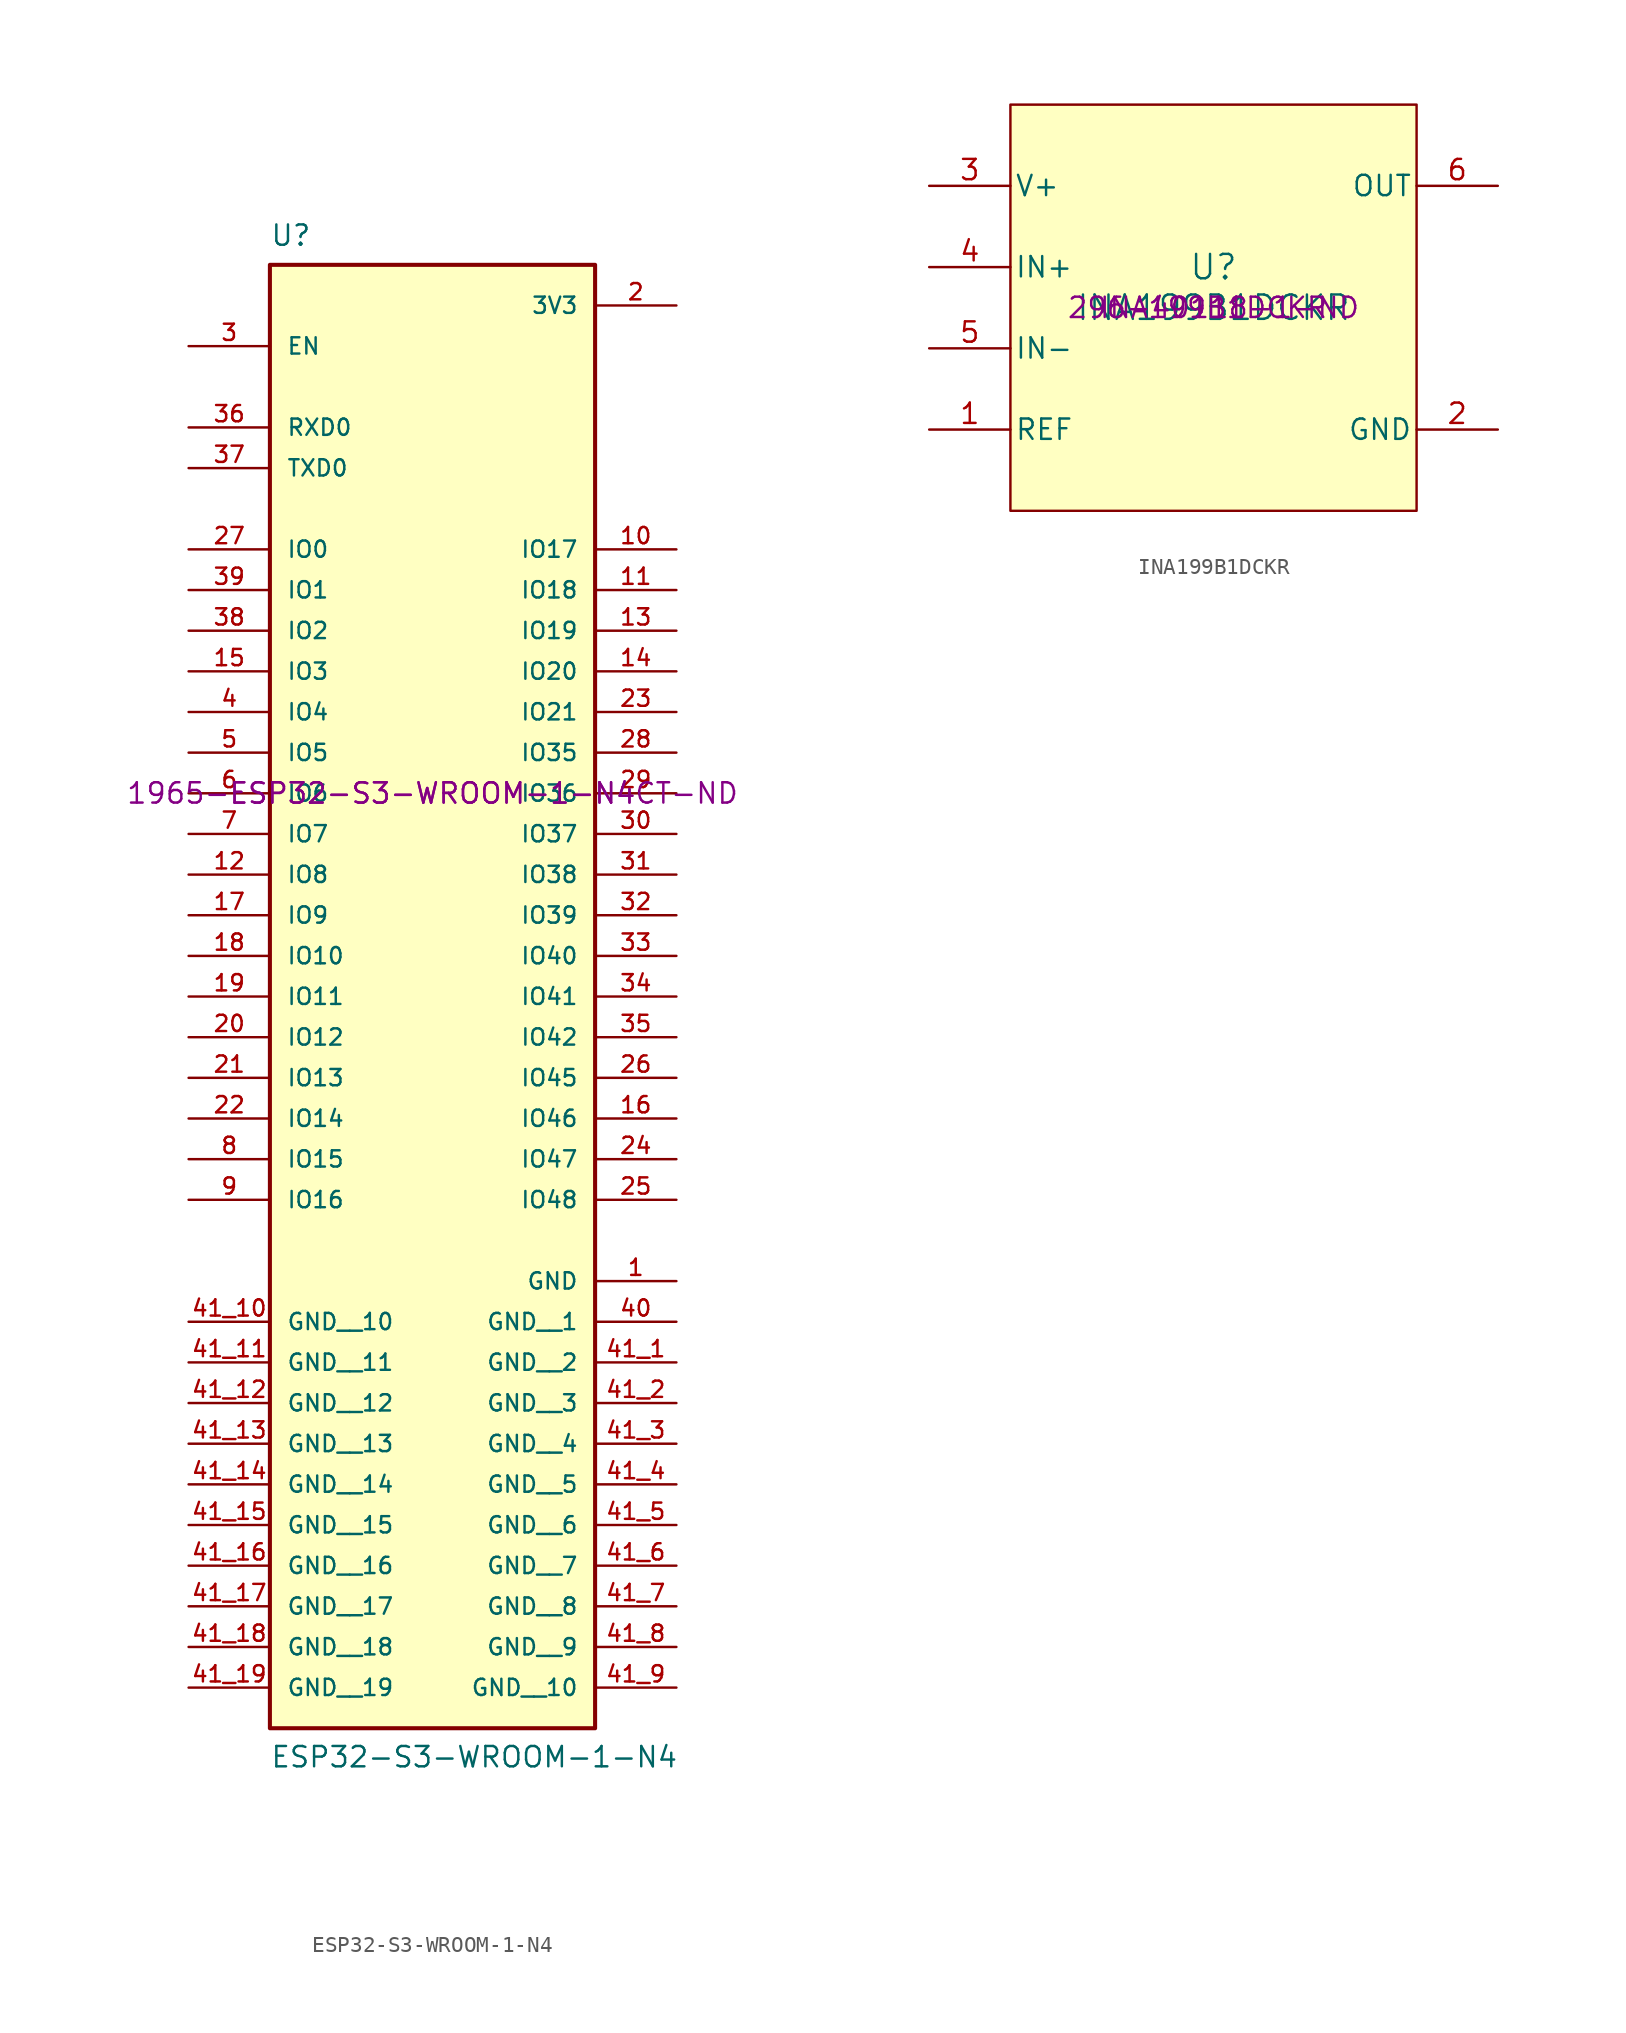
<source format=kicad_sym>
(kicad_symbol_lib
  (version 20220914)
  (generator kicad_symbol_editor)
  (symbol "ESP32-S3-WROOM-1-N4"
    (pin_names
      (offset 1.016))
    (property "Reference" "U"
      (at -10.16 34.112 0)
      (effects (font (size 1.27 1.27)) (justify left bottom)))
    (property "Value" "ESP32-S3-WROOM-1-N4"
      (at -10.16 -60.96 0)
      (effects (font (size 1.27 1.27)) (justify left bottom)))
    (property "MPN" "ESP32-S3-WROOM-1-N4"
      (at 0 0 0)
      (effects (font (size 1.27 1.27))))
    (property "Digikey PN" "1965-ESP32-S3-WROOM-1-N4CT-ND"
      (at 0 0 0)
      (effects (font (size 1.27 1.27))))
    (symbol "ESP32-S3-WROOM-1-N4_0_0"
      (rectangle (start -10.16 -58.42) (end 10.16 33.02) (stroke (width 0.254) (type default)) (fill (type background)))
      (pin power_in line (at 15.24 -30.48 180) (length 5.08) (name "GND" (effects (font (size 1.016 1.016)))) (number "1" (effects (font (size 1.016 1.016)))))
      (pin bidirectional line (at 15.24 15.24 180) (length 5.08) (name "IO17" (effects (font (size 1.016 1.016)))) (number "10" (effects (font (size 1.016 1.016)))))
      (pin bidirectional line (at 15.24 12.7 180) (length 5.08) (name "IO18" (effects (font (size 1.016 1.016)))) (number "11" (effects (font (size 1.016 1.016)))))
      (pin bidirectional line (at -15.24 -5.08 0) (length 5.08) (name "IO8" (effects (font (size 1.016 1.016)))) (number "12" (effects (font (size 1.016 1.016)))))
      (pin bidirectional line (at 15.24 10.16 180) (length 5.08) (name "IO19" (effects (font (size 1.016 1.016)))) (number "13" (effects (font (size 1.016 1.016)))))
      (pin bidirectional line (at 15.24 7.62 180) (length 5.08) (name "IO20" (effects (font (size 1.016 1.016)))) (number "14" (effects (font (size 1.016 1.016)))))
      (pin bidirectional line (at -15.24 7.62 0) (length 5.08) (name "IO3" (effects (font (size 1.016 1.016)))) (number "15" (effects (font (size 1.016 1.016)))))
      (pin bidirectional line (at 15.24 -20.32 180) (length 5.08) (name "IO46" (effects (font (size 1.016 1.016)))) (number "16" (effects (font (size 1.016 1.016)))))
      (pin bidirectional line (at -15.24 -7.62 0) (length 5.08) (name "IO9" (effects (font (size 1.016 1.016)))) (number "17" (effects (font (size 1.016 1.016)))))
      (pin bidirectional line (at -15.24 -10.16 0) (length 5.08) (name "IO10" (effects (font (size 1.016 1.016)))) (number "18" (effects (font (size 1.016 1.016)))))
      (pin bidirectional line (at -15.24 -12.7 0) (length 5.08) (name "IO11" (effects (font (size 1.016 1.016)))) (number "19" (effects (font (size 1.016 1.016)))))
      (pin power_in line (at 15.24 30.48 180) (length 5.08) (name "3V3" (effects (font (size 1.016 1.016)))) (number "2" (effects (font (size 1.016 1.016)))))
      (pin bidirectional line (at -15.24 -15.24 0) (length 5.08) (name "IO12" (effects (font (size 1.016 1.016)))) (number "20" (effects (font (size 1.016 1.016)))))
      (pin bidirectional line (at -15.24 -17.78 0) (length 5.08) (name "IO13" (effects (font (size 1.016 1.016)))) (number "21" (effects (font (size 1.016 1.016)))))
      (pin bidirectional line (at -15.24 -20.32 0) (length 5.08) (name "IO14" (effects (font (size 1.016 1.016)))) (number "22" (effects (font (size 1.016 1.016)))))
      (pin bidirectional line (at 15.24 5.08 180) (length 5.08) (name "IO21" (effects (font (size 1.016 1.016)))) (number "23" (effects (font (size 1.016 1.016)))))
      (pin bidirectional line (at 15.24 -22.86 180) (length 5.08) (name "IO47" (effects (font (size 1.016 1.016)))) (number "24" (effects (font (size 1.016 1.016)))))
      (pin bidirectional line (at 15.24 -25.4 180) (length 5.08) (name "IO48" (effects (font (size 1.016 1.016)))) (number "25" (effects (font (size 1.016 1.016)))))
      (pin bidirectional line (at 15.24 -17.78 180) (length 5.08) (name "IO45" (effects (font (size 1.016 1.016)))) (number "26" (effects (font (size 1.016 1.016)))))
      (pin bidirectional line (at -15.24 15.24 0) (length 5.08) (name "IO0" (effects (font (size 1.016 1.016)))) (number "27" (effects (font (size 1.016 1.016)))))
      (pin bidirectional line (at 15.24 2.54 180) (length 5.08) (name "IO35" (effects (font (size 1.016 1.016)))) (number "28" (effects (font (size 1.016 1.016)))))
      (pin bidirectional line (at 15.24 0 180) (length 5.08) (name "IO36" (effects (font (size 1.016 1.016)))) (number "29" (effects (font (size 1.016 1.016)))))
      (pin input line (at -15.24 27.94 0) (length 5.08) (name "EN" (effects (font (size 1.016 1.016)))) (number "3" (effects (font (size 1.016 1.016)))))
      (pin bidirectional line (at 15.24 -2.54 180) (length 5.08) (name "IO37" (effects (font (size 1.016 1.016)))) (number "30" (effects (font (size 1.016 1.016)))))
      (pin bidirectional line (at 15.24 -5.08 180) (length 5.08) (name "IO38" (effects (font (size 1.016 1.016)))) (number "31" (effects (font (size 1.016 1.016)))))
      (pin bidirectional line (at 15.24 -7.62 180) (length 5.08) (name "IO39" (effects (font (size 1.016 1.016)))) (number "32" (effects (font (size 1.016 1.016)))))
      (pin bidirectional line (at 15.24 -10.16 180) (length 5.08) (name "IO40" (effects (font (size 1.016 1.016)))) (number "33" (effects (font (size 1.016 1.016)))))
      (pin bidirectional line (at 15.24 -12.7 180) (length 5.08) (name "IO41" (effects (font (size 1.016 1.016)))) (number "34" (effects (font (size 1.016 1.016)))))
      (pin bidirectional line (at 15.24 -15.24 180) (length 5.08) (name "IO42" (effects (font (size 1.016 1.016)))) (number "35" (effects (font (size 1.016 1.016)))))
      (pin bidirectional line (at -15.24 22.86 0) (length 5.08) (name "RXD0" (effects (font (size 1.016 1.016)))) (number "36" (effects (font (size 1.016 1.016)))))
      (pin bidirectional line (at -15.24 20.32 0) (length 5.08) (name "TXD0" (effects (font (size 1.016 1.016)))) (number "37" (effects (font (size 1.016 1.016)))))
      (pin bidirectional line (at -15.24 10.16 0) (length 5.08) (name "IO2" (effects (font (size 1.016 1.016)))) (number "38" (effects (font (size 1.016 1.016)))))
      (pin bidirectional line (at -15.24 12.7 0) (length 5.08) (name "IO1" (effects (font (size 1.016 1.016)))) (number "39" (effects (font (size 1.016 1.016)))))
      (pin bidirectional line (at -15.24 5.08 0) (length 5.08) (name "IO4" (effects (font (size 1.016 1.016)))) (number "4" (effects (font (size 1.016 1.016)))))
      (pin power_in line (at 15.24 -33.02 180) (length 5.08) (name "GND__1" (effects (font (size 1.016 1.016)))) (number "40" (effects (font (size 1.016 1.016)))))
      (pin power_in line (at 15.24 -35.56 180) (length 5.08) (name "GND__2" (effects (font (size 1.016 1.016)))) (number "41_1" (effects (font (size 1.016 1.016)))))
      (pin power_in line (at 15.24 -38.1 180) (length 5.08) (name "GND__3" (effects (font (size 1.016 1.016)))) (number "41_2" (effects (font (size 1.016 1.016)))))
      (pin power_in line (at 15.24 -40.64 180) (length 5.08) (name "GND__4" (effects (font (size 1.016 1.016)))) (number "41_3" (effects (font (size 1.016 1.016)))))
      (pin power_in line (at 15.24 -43.18 180) (length 5.08) (name "GND__5" (effects (font (size 1.016 1.016)))) (number "41_4" (effects (font (size 1.016 1.016)))))
      (pin power_in line (at 15.24 -45.72 180) (length 5.08) (name "GND__6" (effects (font (size 1.016 1.016)))) (number "41_5" (effects (font (size 1.016 1.016)))))
      (pin power_in line (at 15.24 -48.26 180) (length 5.08) (name "GND__7" (effects (font (size 1.016 1.016)))) (number "41_6" (effects (font (size 1.016 1.016)))))
      (pin power_in line (at 15.24 -50.8 180) (length 5.08) (name "GND__8" (effects (font (size 1.016 1.016)))) (number "41_7" (effects (font (size 1.016 1.016)))))
      (pin power_in line (at 15.24 -53.34 180) (length 5.08) (name "GND__9" (effects (font (size 1.016 1.016)))) (number "41_8" (effects (font (size 1.016 1.016)))))
      (pin power_in line (at 15.24 -55.88 180) (length 5.08) (name "GND__10" (effects (font (size 1.016 1.016)))) (number "41_9" (effects (font (size 1.016 1.016)))))
      (pin bidirectional line (at -15.24 2.54 0) (length 5.08) (name "IO5" (effects (font (size 1.016 1.016)))) (number "5" (effects (font (size 1.016 1.016)))))
      (pin bidirectional line (at -15.24 0 0) (length 5.08) (name "IO6" (effects (font (size 1.016 1.016)))) (number "6" (effects (font (size 1.016 1.016)))))
      (pin bidirectional line (at -15.24 -2.54 0) (length 5.08) (name "IO7" (effects (font (size 1.016 1.016)))) (number "7" (effects (font (size 1.016 1.016)))))
      (pin bidirectional line (at -15.24 -22.86 0) (length 5.08) (name "IO15" (effects (font (size 1.016 1.016)))) (number "8" (effects (font (size 1.016 1.016)))))
      (pin bidirectional line (at -15.24 -25.4 0) (length 5.08) (name "IO16" (effects (font (size 1.016 1.016)))) (number "9" (effects (font (size 1.016 1.016))))))
    (symbol "ESP32-S3-WROOM-1-N4_1_0"
      (pin power_in line (at -15.24 -33.02 0) (length 5.08) (name "GND__10" (effects (font (size 1.016 1.016)))) (number "41_10" (effects (font (size 1.016 1.016)))))
      (pin power_in line (at -15.24 -35.56 0) (length 5.08) (name "GND__11" (effects (font (size 1.016 1.016)))) (number "41_11" (effects (font (size 1.016 1.016)))))
      (pin power_in line (at -15.24 -38.1 0) (length 5.08) (name "GND__12" (effects (font (size 1.016 1.016)))) (number "41_12" (effects (font (size 1.016 1.016)))))
      (pin power_in line (at -15.24 -40.64 0) (length 5.08) (name "GND__13" (effects (font (size 1.016 1.016)))) (number "41_13" (effects (font (size 1.016 1.016)))))
      (pin power_in line (at -15.24 -43.18 0) (length 5.08) (name "GND__14" (effects (font (size 1.016 1.016)))) (number "41_14" (effects (font (size 1.016 1.016)))))
      (pin power_in line (at -15.24 -45.72 0) (length 5.08) (name "GND__15" (effects (font (size 1.016 1.016)))) (number "41_15" (effects (font (size 1.016 1.016)))))
      (pin power_in line (at -15.24 -48.26 0) (length 5.08) (name "GND__16" (effects (font (size 1.016 1.016)))) (number "41_16" (effects (font (size 1.016 1.016)))))
      (pin power_in line (at -15.24 -50.8 0) (length 5.08) (name "GND__17" (effects (font (size 1.016 1.016)))) (number "41_17" (effects (font (size 1.016 1.016)))))
      (pin power_in line (at -15.24 -53.34 0) (length 5.08) (name "GND__18" (effects (font (size 1.016 1.016)))) (number "41_18" (effects (font (size 1.016 1.016)))))
      (pin power_in line (at -15.24 -55.88 0) (length 5.08) (name "GND__19" (effects (font (size 1.016 1.016)))) (number "41_19" (effects (font (size 1.016 1.016)))))))
  (symbol "INA199B1DCKR"
    (pin_names
      (offset 0.254))
    (property "Reference" "U"
      (at 0 2.54 0)
      (effects (font (size 1.524 1.524))))
    (property "Value" "INA199B1DCKR"
      (at 0 0 0)
      (effects (font (size 1.524 1.524))))
    (property "MPN" "INA199B1DCKR"
      (at 0 0 0)
      (effects (font (size 1.27 1.27))))
    (property "Digikey PN" "296-40118-1-ND"
      (at 0 0 0)
      (effects (font (size 1.27 1.27))))
    (symbol "INA199B1DCKR_0_1"
      (pin input line (at -17.78 -7.62 0) (length 5.08) (name "REF" (effects (font (size 1.27 1.27)))) (number "1" (effects (font (size 1.27 1.27)))))
      (pin power_in line (at 17.78 -7.62 180) (length 5.08) (name "GND" (effects (font (size 1.27 1.27)))) (number "2" (effects (font (size 1.27 1.27)))))
      (pin power_in line (at -17.78 7.62 0) (length 5.08) (name "V+" (effects (font (size 1.27 1.27)))) (number "3" (effects (font (size 1.27 1.27)))))
      (pin input line (at -17.78 2.54 0) (length 5.08) (name "IN+" (effects (font (size 1.27 1.27)))) (number "4" (effects (font (size 1.27 1.27)))))
      (pin input line (at -17.78 -2.54 0) (length 5.08) (name "IN-" (effects (font (size 1.27 1.27)))) (number "5" (effects (font (size 1.27 1.27)))))
      (pin output line (at 17.78 7.62 180) (length 5.08) (name "OUT" (effects (font (size 1.27 1.27)))) (number "6" (effects (font (size 1.27 1.27))))))
    (symbol "INA199B1DCKR_1_1"
      (rectangle (start -12.7 12.7) (end 12.7 -12.7) (stroke (width 0) (type default)) (fill (type background))))))
</source>
